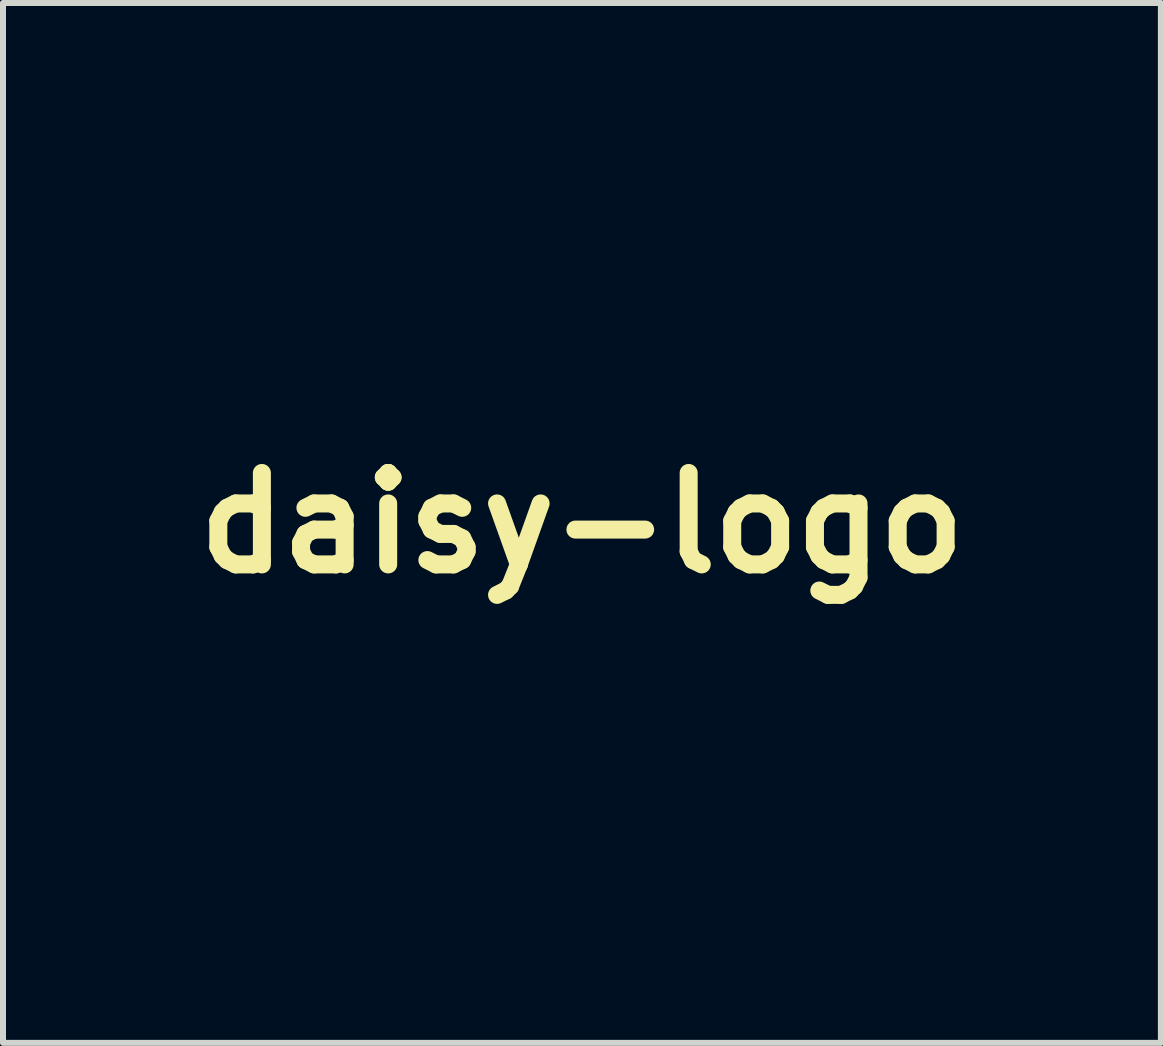
<source format=kicad_pcb>
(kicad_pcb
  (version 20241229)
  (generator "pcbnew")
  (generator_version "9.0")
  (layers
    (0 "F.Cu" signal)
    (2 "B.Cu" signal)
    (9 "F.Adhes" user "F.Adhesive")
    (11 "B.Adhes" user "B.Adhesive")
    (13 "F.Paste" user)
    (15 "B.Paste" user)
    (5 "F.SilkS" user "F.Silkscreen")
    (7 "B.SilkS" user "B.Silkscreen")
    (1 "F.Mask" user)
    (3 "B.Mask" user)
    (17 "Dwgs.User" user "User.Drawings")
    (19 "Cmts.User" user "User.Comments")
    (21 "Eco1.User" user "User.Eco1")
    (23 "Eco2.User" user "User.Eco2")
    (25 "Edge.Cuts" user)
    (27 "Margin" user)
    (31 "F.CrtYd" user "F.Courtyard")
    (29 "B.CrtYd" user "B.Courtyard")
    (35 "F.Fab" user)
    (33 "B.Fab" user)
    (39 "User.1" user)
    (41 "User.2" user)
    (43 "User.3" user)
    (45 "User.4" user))
  (footprint "daisy-logo"
    (layer "F.Cu")
    (at 6.648 5.666)
    (property "Reference" "daisy-logo" (at 0 0 0) (layer "F.SilkS") (effects (font (size 1.524 1.524) (thickness 0.3))))
    (attr through_hole)
    (fp_poly (pts (xy -0.214 -0.519) (xy -0.209 -0.49) (xy -0.22 -0.454) (xy -0.245 -0.438) (xy -0.272 -0.444) (xy -0.283 -0.461) (xy -0.287 -0.503) (xy -0.27 -0.534) (xy -0.24 -0.541) (xy -0.214 -0.519)) (stroke (width 0.01) (type solid)) (fill yes) (layer "F.Mask"))
    (fp_poly (pts (xy -0.214 0.46) (xy -0.209 0.49) (xy -0.22 0.525) (xy -0.245 0.542) (xy -0.272 0.535) (xy -0.283 0.518) (xy -0.287 0.476) (xy -0.27 0.446) (xy -0.24 0.439) (xy -0.214 0.46)) (stroke (width 0.01) (type solid)) (fill yes) (layer "F.Mask"))
    (fp_poly (pts (xy -0.212 -0.284) (xy -0.203 -0.261) (xy -0.211 -0.224) (xy -0.241 -0.209) (xy -0.271 -0.217) (xy -0.288 -0.244) (xy -0.282 -0.277) (xy -0.256 -0.298) (xy -0.245 -0.299) (xy -0.212 -0.284)) (stroke (width 0.01) (type solid)) (fill yes) (layer "F.Mask"))
    (fp_poly (pts (xy 0.276 -0.519) (xy 0.281 -0.49) (xy 0.27 -0.454) (xy 0.245 -0.438) (xy 0.218 -0.444) (xy 0.207 -0.461) (xy 0.203 -0.503) (xy 0.22 -0.534) (xy 0.249 -0.541) (xy 0.276 -0.519)) (stroke (width 0.01) (type solid)) (fill yes) (layer "F.Mask"))
    (fp_poly (pts (xy 0.276 0.46) (xy 0.281 0.49) (xy 0.27 0.525) (xy 0.245 0.542) (xy 0.218 0.535) (xy 0.207 0.518) (xy 0.203 0.476) (xy 0.22 0.446) (xy 0.249 0.439) (xy 0.276 0.46)) (stroke (width 0.01) (type solid)) (fill yes) (layer "F.Mask"))
    (fp_poly (pts (xy 0.278 -0.284) (xy 0.287 -0.261) (xy 0.278 -0.224) (xy 0.249 -0.209) (xy 0.219 -0.217) (xy 0.201 -0.244) (xy 0.208 -0.277) (xy 0.234 -0.298) (xy 0.245 -0.299) (xy 0.278 -0.284)) (stroke (width 0.01) (type solid)) (fill yes) (layer "F.Mask"))
    (fp_poly (pts (xy -0.477 -0.151) (xy -0.459 -0.14) (xy -0.443 -0.105) (xy -0.446 -0.085) (xy -0.472 -0.06) (xy -0.509 -0.055) (xy -0.532 -0.067) (xy -0.544 -0.1) (xy -0.534 -0.137) (xy -0.514 -0.153) (xy -0.477 -0.151)) (stroke (width 0.01) (type solid)) (fill yes) (layer "F.Mask"))
    (fp_poly (pts (xy -0.465 -0.376) (xy -0.449 -0.358) (xy -0.449 -0.32) (xy -0.473 -0.294) (xy -0.507 -0.288) (xy -0.532 -0.302) (xy -0.543 -0.329) (xy -0.544 -0.348) (xy -0.53 -0.372) (xy -0.498 -0.382) (xy -0.465 -0.376)) (stroke (width 0.01) (type solid)) (fill yes) (layer "F.Mask"))
    (fp_poly (pts (xy -0.456 0.105) (xy -0.445 0.14) (xy -0.449 0.159) (xy -0.471 0.178) (xy -0.505 0.179) (xy -0.533 0.162) (xy -0.537 0.155) (xy -0.538 0.116) (xy -0.509 0.093) (xy -0.491 0.091) (xy -0.456 0.105)) (stroke (width 0.01) (type solid)) (fill yes) (layer "F.Mask"))
    (fp_poly (pts (xy 0.027 -0.37) (xy 0.045 -0.341) (xy 0.045 -0.335) (xy 0.031 -0.305) (xy 0.00001 -0.292) (xy -0.033 -0.299) (xy -0.048 -0.317) (xy -0.048 -0.352) (xy -0.041 -0.366) (xy -0.007 -0.38) (xy 0.027 -0.37)) (stroke (width 0.01) (type solid)) (fill yes) (layer "F.Mask"))
    (fp_poly (pts (xy 0.027 0.102) (xy 0.045 0.131) (xy 0.045 0.136) (xy 0.031 0.166) (xy 0.00001 0.179) (xy -0.033 0.173) (xy -0.048 0.154) (xy -0.048 0.119) (xy -0.041 0.106) (xy -0.007 0.092) (xy 0.027 0.102)) (stroke (width 0.01) (type solid)) (fill yes) (layer "F.Mask"))
    (fp_poly (pts (xy 0.28 -0.048) (xy 0.288 -0.025) (xy 0.287 -0.014) (xy 0.27 0.02) (xy 0.24 0.035) (xy 0.212 0.025) (xy 0.201 -0.002) (xy 0.2 -0.021) (xy 0.212 -0.047) (xy 0.246 -0.054) (xy 0.28 -0.048)) (stroke (width 0.01) (type solid)) (fill yes) (layer "F.Mask"))
    (fp_poly (pts (xy 0.517 -0.37) (xy 0.535 -0.341) (xy 0.535 -0.335) (xy 0.521 -0.305) (xy 0.49 -0.292) (xy 0.457 -0.299) (xy 0.442 -0.317) (xy 0.441 -0.352) (xy 0.449 -0.366) (xy 0.483 -0.38) (xy 0.517 -0.37)) (stroke (width 0.01) (type solid)) (fill yes) (layer "F.Mask"))
    (fp_poly (pts (xy 0.517 0.102) (xy 0.535 0.131) (xy 0.535 0.136) (xy 0.521 0.166) (xy 0.49 0.179) (xy 0.457 0.173) (xy 0.442 0.154) (xy 0.441 0.119) (xy 0.449 0.106) (xy 0.483 0.092) (xy 0.517 0.102)) (stroke (width 0.01) (type solid)) (fill yes) (layer "F.Mask"))
    (fp_poly (pts (xy 0.526 -0.145) (xy 0.541 -0.114) (xy 0.541 -0.102) (xy 0.523 -0.07) (xy 0.49 -0.057) (xy 0.459 -0.066) (xy 0.446 -0.084) (xy 0.448 -0.122) (xy 0.459 -0.14) (xy 0.494 -0.156) (xy 0.526 -0.145)) (stroke (width 0.01) (type solid)) (fill yes) (layer "F.Mask"))
    (fp_poly (pts (xy -0.477 0.357) (xy -0.456 0.37) (xy -0.439 0.397) (xy -0.452 0.425) (xy -0.453 0.425) (xy -0.489 0.451) (xy -0.525 0.447) (xy -0.532 0.441) (xy -0.544 0.408) (xy -0.534 0.371) (xy -0.514 0.355) (xy -0.477 0.357)) (stroke (width 0.01) (type solid)) (fill yes) (layer "F.Mask"))
    (fp_poly (pts (xy -0.249 0.203) (xy -0.213 0.224) (xy -0.203 0.249) (xy -0.205 0.28) (xy -0.231 0.29) (xy -0.244 0.29) (xy -0.279 0.283) (xy -0.29 0.255) (xy -0.29 0.244) (xy -0.284 0.21) (xy -0.26 0.202) (xy -0.249 0.203)) (stroke (width 0.01) (type solid)) (fill yes) (layer "F.Mask"))
    (fp_poly (pts (xy -0.21 -0.049) (xy -0.202 -0.025) (xy -0.203 -0.014) (xy -0.224 0.023) (xy -0.249 0.033) (xy -0.28 0.031) (xy -0.29 0.005) (xy -0.29 -0.008) (xy -0.283 -0.043) (xy -0.255 -0.054) (xy -0.244 -0.054) (xy -0.21 -0.049)) (stroke (width 0.01) (type solid)) (fill yes) (layer "F.Mask"))
    (fp_poly (pts (xy 0.017 -0.154) (xy 0.03 -0.141) (xy 0.049 -0.104) (xy 0.04 -0.071) (xy 0.006 -0.055) (xy 0 -0.054) (xy -0.035 -0.067) (xy -0.048 -0.083) (xy -0.046 -0.117) (xy -0.03 -0.141) (xy -0.004 -0.161) (xy 0.017 -0.154)) (stroke (width 0.01) (type solid)) (fill yes) (layer "F.Mask"))
    (fp_poly (pts (xy 0.28 0.205) (xy 0.29 0.231) (xy 0.29 0.244) (xy 0.283 0.279) (xy 0.255 0.29) (xy 0.244 0.29) (xy 0.21 0.284) (xy 0.202 0.26) (xy 0.203 0.249) (xy 0.224 0.213) (xy 0.249 0.203) (xy 0.28 0.205)) (stroke (width 0.01) (type solid)) (fill yes) (layer "F.Mask"))
    (fp_poly (pts (xy 0.525 0.362) (xy 0.541 0.392) (xy 0.541 0.406) (xy 0.522 0.441) (xy 0.489 0.449) (xy 0.454 0.427) (xy 0.453 0.426) (xy 0.439 0.398) (xy 0.455 0.372) (xy 0.456 0.37) (xy 0.492 0.353) (xy 0.525 0.362)) (stroke (width 0.01) (type solid)) (fill yes) (layer "F.Mask"))
    (fp_poly (pts (xy 0.017 0.355) (xy 0.028 0.365) (xy 0.045 0.399) (xy 0.04 0.433) (xy 0.017 0.453) (xy 0.009 0.454) (xy -0.02 0.441) (xy -0.037 0.425) (xy -0.05 0.399) (xy -0.035 0.372) (xy -0.03 0.367) (xy -0.004 0.347) (xy 0.017 0.355)) (stroke (width 0.01) (type solid)) (fill yes) (layer "F.Mask"))
    (fp_poly (pts (xy 0.065 -5.643) (xy 0.139 -5.59) (xy 0.213 -5.506) (xy 0.285 -5.39) (xy 0.356 -5.245) (xy 0.424 -5.074) (xy 0.489 -4.877) (xy 0.55 -4.657) (xy 0.607 -4.415) (xy 0.657 -4.154) (xy 0.702 -3.874) (xy 0.717 -3.768) (xy 0.728 -3.68) (xy 0.834 -3.869) (xy 0.939 -4.05) (xy 1.054 -4.23) (xy 1.176 -4.406) (xy 1.3 -4.574) (xy 1.426 -4.731) (xy 1.548 -4.872) (xy 1.665 -4.995) (xy 1.773 -5.095) (xy 1.87 -5.169) (xy 1.926 -5.202) (xy 2.019 -5.235) (xy 2.105 -5.241) (xy 2.179 -5.221) (xy 2.201 -5.207) (xy 2.248 -5.148) (xy 2.284 -5.058) (xy 2.31 -4.939) (xy 2.324 -4.795) (xy 2.327 -4.627) (xy 2.319 -4.44) (xy 2.301 -4.235) (xy 2.272 -4.016) (xy 2.232 -3.786) (xy 2.181 -3.547) (xy 2.158 -3.453) (xy 2.133 -3.352) (xy 2.111 -3.263) (xy 2.092 -3.19) (xy 2.079 -3.142) (xy 2.074 -3.126) (xy 2.078 -3.118) (xy 2.106 -3.133) (xy 2.151 -3.168) (xy 2.315 -3.298) (xy 2.49 -3.424) (xy 2.67 -3.546) (xy 2.853 -3.659) (xy 3.034 -3.763) (xy 3.208 -3.855) (xy 3.374 -3.932) (xy 3.525 -3.994) (xy 3.659 -4.038) (xy 3.771 -4.061) (xy 3.821 -4.064) (xy 3.917 -4.052) (xy 3.988 -4.018) (xy 4.033 -3.959) (xy 4.054 -3.875) (xy 4.049 -3.766) (xy 4.019 -3.631) (xy 3.996 -3.556) (xy 3.929 -3.383) (xy 3.84 -3.192) (xy 3.732 -2.988) (xy 3.608 -2.779) (xy 3.473 -2.57) (xy 3.33 -2.368) (xy 3.241 -2.251) (xy 3.192 -2.189) (xy 3.154 -2.138) (xy 3.13 -2.104) (xy 3.125 -2.094) (xy 3.143 -2.097) (xy 3.188 -2.108) (xy 3.252 -2.125) (xy 3.284 -2.134) (xy 3.502 -2.192) (xy 3.723 -2.242) (xy 3.943 -2.283) (xy 4.157 -2.315) (xy 4.363 -2.337) (xy 4.555 -2.35) (xy 4.729 -2.352) (xy 4.882 -2.344) (xy 5.008 -2.325) (xy 5.105 -2.295) (xy 5.111 -2.292) (xy 5.17 -2.25) (xy 5.216 -2.193) (xy 5.241 -2.132) (xy 5.243 -2.112) (xy 5.228 -2.042) (xy 5.185 -1.954) (xy 5.115 -1.852) (xy 5.02 -1.739) (xy 4.927 -1.641) (xy 4.786 -1.51) (xy 4.62 -1.371) (xy 4.437 -1.229) (xy 4.244 -1.091) (xy 4.049 -0.961) (xy 3.862 -0.847) (xy 3.737 -0.779) (xy 3.656 -0.736) (xy 3.765 -0.721) (xy 4.06 -0.677) (xy 4.324 -0.631) (xy 4.559 -0.582) (xy 4.772 -0.529) (xy 4.965 -0.471) (xy 5.143 -0.407) (xy 5.297 -0.342) (xy 5.44 -0.269) (xy 5.547 -0.197) (xy 5.619 -0.124) (xy 5.656 -0.05) (xy 5.658 0.025) (xy 5.627 0.1) (xy 5.571 0.164) (xy 5.483 0.231) (xy 5.365 0.298) (xy 5.22 0.365) (xy 5.052 0.431) (xy 4.864 0.493) (xy 4.658 0.551) (xy 4.44 0.603) (xy 4.427 0.606) (xy 4.354 0.621) (xy 4.263 0.638) (xy 4.159 0.656) (xy 4.051 0.674) (xy 3.945 0.691) (xy 3.848 0.706) (xy 3.769 0.718) (xy 3.713 0.724) (xy 3.693 0.726) (xy 3.702 0.734) (xy 3.737 0.757) (xy 3.794 0.792) (xy 3.867 0.835) (xy 3.898 0.853) (xy 4.106 0.977) (xy 4.305 1.107) (xy 4.493 1.239) (xy 4.666 1.372) (xy 4.821 1.502) (xy 4.957 1.628) (xy 5.07 1.747) (xy 5.157 1.857) (xy 5.215 1.955) (xy 5.235 2.005) (xy 5.25 2.064) (xy 5.25 2.106) (xy 5.236 2.147) (xy 5.205 2.203) (xy 5.162 2.246) (xy 5.102 2.279) (xy 5.021 2.302) (xy 4.916 2.316) (xy 4.782 2.323) (xy 4.663 2.325) (xy 4.328 2.31) (xy 3.973 2.268) (xy 3.602 2.197) (xy 3.215 2.099) (xy 3.13 2.074) (xy 3.117 2.076) (xy 3.127 2.098) (xy 3.16 2.142) (xy 3.176 2.161) (xy 3.331 2.352) (xy 3.475 2.546) (xy 3.606 2.739) (xy 3.724 2.929) (xy 3.827 3.112) (xy 3.913 3.287) (xy 3.982 3.45) (xy 4.031 3.598) (xy 4.06 3.73) (xy 4.067 3.841) (xy 4.051 3.929) (xy 4.044 3.946) (xy 4.006 4.005) (xy 3.955 4.044) (xy 3.885 4.065) (xy 3.789 4.072) (xy 3.768 4.072) (xy 3.696 4.07) (xy 3.636 4.063) (xy 3.576 4.048) (xy 3.504 4.024) (xy 3.431 3.995) (xy 3.215 3.896) (xy 2.983 3.769) (xy 2.741 3.617) (xy 2.492 3.441) (xy 2.3 3.294) (xy 2.228 3.238) (xy 2.167 3.19) (xy 2.122 3.156) (xy 2.098 3.14) (xy 2.096 3.139) (xy 2.096 3.154) (xy 2.107 3.192) (xy 2.113 3.208) (xy 2.15 3.325) (xy 2.189 3.469) (xy 2.228 3.631) (xy 2.266 3.804) (xy 2.301 3.978) (xy 2.33 4.146) (xy 2.352 4.298) (xy 2.36 4.363) (xy 2.37 4.502) (xy 2.373 4.644) (xy 2.368 4.781) (xy 2.356 4.903) (xy 2.337 5.001) (xy 2.333 5.016) (xy 2.306 5.084) (xy 2.269 5.148) (xy 2.254 5.168) (xy 2.189 5.221) (xy 2.108 5.242) (xy 2.013 5.234) (xy 1.909 5.196) (xy 1.797 5.129) (xy 1.72 5.068) (xy 1.591 4.944) (xy 1.453 4.791) (xy 1.312 4.612) (xy 1.169 4.412) (xy 1.03 4.197) (xy 0.896 3.97) (xy 0.827 3.844) (xy 0.733 3.667) (xy 0.701 3.934) (xy 0.666 4.187) (xy 0.623 4.429) (xy 0.572 4.659) (xy 0.515 4.871) (xy 0.453 5.065) (xy 0.387 5.235) (xy 0.318 5.381) (xy 0.246 5.498) (xy 0.174 5.584) (xy 0.122 5.625) (xy 0.045 5.653) (xy -0.042 5.657) (xy -0.103 5.642) (xy -0.159 5.606) (xy -0.222 5.543) (xy -0.285 5.461) (xy -0.344 5.365) (xy -0.362 5.331) (xy -0.435 5.164) (xy -0.503 4.967) (xy -0.565 4.744) (xy -0.62 4.5) (xy -0.666 4.242) (xy -0.698 4.01) (xy -0.709 3.916) (xy -0.719 3.834) (xy -0.727 3.77) (xy -0.731 3.732) (xy -0.732 3.728) (xy -0.74 3.719) (xy -0.759 3.741) (xy -0.79 3.796) (xy -0.792 3.801) (xy -0.93 4.049) (xy -1.084 4.294) (xy -1.247 4.526) (xy -1.414 4.739) (xy -1.58 4.925) (xy -1.586 4.932) (xy -1.705 5.047) (xy -1.809 5.135) (xy -1.901 5.196) (xy -1.986 5.235) (xy -2.01 5.242) (xy -2.065 5.253) (xy -2.111 5.249) (xy -2.166 5.228) (xy -2.238 5.176) (xy -2.295 5.093) (xy -2.337 4.98) (xy -2.363 4.838) (xy -2.373 4.67) (xy -2.068 4.67) (xy -2.063 4.806) (xy -2.06 4.832) (xy -2.052 4.889) (xy -2.044 4.917) (xy -2.03 4.923) (xy -2.008 4.914) (xy -1.978 4.892) (xy -1.931 4.851) (xy -1.875 4.798) (xy -1.848 4.771) (xy -1.682 4.588) (xy -1.513 4.373) (xy -1.379 4.182) (xy -1.159 3.832) (xy -0.972 3.486) (xy -0.824 3.158) (xy -0.435 3.158) (xy -0.434 3.253) (xy -0.431 3.377) (xy -0.43 3.42) (xy -0.418 3.711) (xy -0.395 3.977) (xy -0.362 4.229) (xy -0.315 4.476) (xy -0.254 4.73) (xy -0.243 4.77) (xy -0.206 4.896) (xy -0.164 5.02) (xy -0.119 5.134) (xy -0.077 5.228) (xy -0.05 5.278) (xy -0.012 5.339) (xy 0.02 5.3) (xy 0.04 5.267) (xy 0.068 5.209) (xy 0.1 5.135) (xy 0.127 5.069) (xy 0.212 4.822) (xy 0.285 4.547) (xy 0.345 4.253) (xy 0.391 3.947) (xy 0.422 3.637) (xy 0.435 3.331) (xy 0.435 3.258) (xy 0.435 3.144) (xy 0.433 3.059) (xy 0.429 2.993) (xy 0.421 2.94) (xy 0.409 2.891) (xy 0.392 2.837) (xy 0.389 2.829) (xy 0.351 2.704) (xy 0.311 2.559) (xy 0.272 2.4) (xy 0.235 2.233) (xy 0.201 2.066) (xy 0.172 1.906) (xy 0.149 1.758) (xy 0.134 1.631) (xy 0.127 1.531) (xy 0.127 1.518) (xy 0.12 1.456) (xy 0.101 1.378) (xy 0.075 1.297) (xy 0.046 1.226) (xy 0.416 1.226) (xy 0.419 1.329) (xy 0.426 1.448) (xy 0.438 1.577) (xy 0.452 1.711) (xy 0.47 1.846) (xy 0.491 1.976) (xy 0.491 1.978) (xy 0.562 2.32) (xy 0.65 2.647) (xy 0.761 2.969) (xy 0.896 3.295) (xy 0.98 3.474) (xy 1.082 3.675) (xy 1.195 3.876) (xy 1.315 4.073) (xy 1.438 4.261) (xy 1.562 4.435) (xy 1.684 4.59) (xy 1.799 4.723) (xy 1.906 4.828) (xy 1.939 4.856) (xy 1.991 4.898) (xy 2.023 4.92) (xy 2.039 4.923) (xy 2.048 4.911) (xy 2.053 4.896) (xy 2.058 4.858) (xy 2.063 4.796) (xy 2.066 4.721) (xy 2.066 4.699) (xy 2.06 4.5) (xy 2.038 4.277) (xy 2.001 4.035) (xy 1.95 3.783) (xy 1.888 3.528) (xy 1.816 3.275) (xy 1.735 3.033) (xy 1.7 2.938) (xy 1.559 2.612) (xy 1.39 2.284) (xy 1.198 1.963) (xy 0.989 1.66) (xy 0.81 1.433) (xy 0.733 1.343) (xy 0.656 1.26) (xy 0.585 1.186) (xy 0.523 1.126) (xy 0.474 1.083) (xy 0.443 1.063) (xy 0.434 1.062) (xy 0.423 1.088) (xy 0.417 1.144) (xy 0.416 1.226) (xy 0.046 1.226) (xy 0.045 1.225) (xy 0.016 1.172) (xy 0.007 1.162) (xy -0.008 1.153) (xy -0.023 1.163) (xy -0.044 1.197) (xy -0.065 1.244) (xy -0.095 1.323) (xy -0.115 1.412) (xy -0.128 1.525) (xy -0.129 1.533) (xy -0.157 1.784) (xy -0.2 2.053) (xy -0.254 2.327) (xy -0.318 2.594) (xy -0.389 2.841) (xy -0.391 2.848) (xy -0.407 2.898) (xy -0.419 2.941) (xy -0.427 2.982) (xy -0.432 3.028) (xy -0.435 3.085) (xy -0.435 3.158) (xy -0.824 3.158) (xy -0.815 3.138) (xy -0.686 2.783) (xy -0.583 2.416) (xy -0.503 2.031) (xy -0.499 2.005) (xy -0.478 1.872) (xy -0.46 1.729) (xy -0.446 1.584) (xy -0.434 1.445) (xy -0.427 1.319) (xy -0.425 1.213) (xy -0.429 1.135) (xy -0.429 1.128) (xy -0.441 1.031) (xy -0.557 1.146) (xy -0.766 1.37) (xy -0.968 1.625) (xy -1.161 1.906) (xy -1.341 2.207) (xy -1.506 2.524) (xy -1.652 2.85) (xy -1.777 3.181) (xy -1.804 3.264) (xy -1.868 3.476) (xy -1.924 3.693) (xy -1.972 3.91) (xy -2.011 4.121) (xy -2.041 4.322) (xy -2.06 4.507) (xy -2.068 4.67) (xy -2.373 4.67) (xy -2.373 4.668) (xy -2.367 4.472) (xy -2.345 4.252) (xy -2.322 4.102) (xy -2.297 3.963) (xy -2.262 3.801) (xy -2.222 3.63) (xy -2.179 3.463) (xy -2.137 3.313) (xy -2.123 3.266) (xy -2.105 3.204) (xy -2.092 3.157) (xy -2.087 3.135) (xy -2.1 3.14) (xy -2.136 3.165) (xy -2.19 3.205) (xy -2.257 3.256) (xy -2.272 3.268) (xy -2.493 3.433) (xy -2.712 3.584) (xy -2.928 3.72) (xy -3.136 3.837) (xy -3.331 3.933) (xy -3.511 4.006) (xy -3.67 4.055) (xy -3.676 4.056) (xy -3.801 4.073) (xy -3.904 4.062) (xy -3.983 4.024) (xy -4.039 3.961) (xy -4.071 3.873) (xy -4.078 3.763) (xy -4.076 3.746) (xy -3.776 3.746) (xy -3.771 3.772) (xy -3.765 3.774) (xy -3.745 3.768) (xy -3.7 3.752) (xy -3.637 3.73) (xy -3.611 3.72) (xy -3.415 3.638) (xy -3.203 3.529) (xy -2.981 3.397) (xy -2.754 3.246) (xy -2.525 3.078) (xy -2.302 2.897) (xy -2.087 2.707) (xy -2.027 2.65) (xy -1.947 2.572) (xy -1.887 2.51) (xy -1.839 2.454) (xy -1.797 2.395) (xy -1.755 2.325) (xy -1.704 2.234) (xy -1.687 2.203) (xy -1.585 2.022) (xy -1.474 1.839) (xy -1.358 1.659) (xy -1.243 1.49) (xy -1.131 1.338) (xy -1.027 1.208) (xy -0.974 1.148) (xy -0.943 1.107) (xy -0.909 1.05) (xy -0.874 0.984) (xy -0.842 0.918) (xy -0.819 0.859) (xy -0.807 0.817) (xy -0.808 0.801) (xy -0.827 0.803) (xy -0.871 0.816) (xy -0.927 0.835) (xy -1.013 0.876) (xy -1.111 0.941) (xy -1.21 1.019) (xy -1.536 1.27) (xy -1.891 1.508) (xy -2.27 1.729) (xy -2.289 1.74) (xy -2.361 1.78) (xy -2.422 1.818) (xy -2.478 1.861) (xy -2.538 1.914) (xy -2.609 1.984) (xy -2.673 2.05) (xy -2.872 2.267) (xy -3.064 2.498) (xy -3.243 2.734) (xy -3.404 2.969) (xy -3.542 3.196) (xy -3.609 3.318) (xy -3.663 3.429) (xy -3.708 3.531) (xy -3.743 3.622) (xy -3.766 3.695) (xy -3.776 3.746) (xy -4.076 3.746) (xy -4.06 3.63) (xy -4.015 3.476) (xy -4.011 3.466) (xy -3.941 3.299) (xy -3.846 3.113) (xy -3.731 2.915) (xy -3.598 2.709) (xy -3.452 2.502) (xy -3.303 2.309) (xy -3.246 2.237) (xy -3.201 2.176) (xy -3.17 2.131) (xy -3.157 2.107) (xy -3.157 2.105) (xy -3.182 2.109) (xy -3.233 2.123) (xy -3.302 2.142) (xy -3.357 2.158) (xy -3.562 2.214) (xy -3.773 2.263) (xy -3.987 2.303) (xy -4.197 2.336) (xy -4.397 2.358) (xy -4.581 2.371) (xy -4.744 2.373) (xy -4.879 2.363) (xy -4.898 2.36) (xy -5.031 2.328) (xy -5.133 2.28) (xy -5.204 2.217) (xy -5.243 2.139) (xy -5.25 2.049) (xy -5.244 2.027) (xy -4.923 2.027) (xy -4.923 2.042) (xy -4.906 2.05) (xy -4.896 2.053) (xy -4.843 2.061) (xy -4.761 2.065) (xy -4.66 2.066) (xy -4.548 2.063) (xy -4.432 2.056) (xy -4.32 2.046) (xy -4.271 2.04) (xy -3.828 1.965) (xy -3.396 1.855) (xy -2.976 1.713) (xy -2.571 1.539) (xy -2.182 1.333) (xy -1.811 1.098) (xy -1.508 0.871) (xy -1.421 0.798) (xy -1.335 0.722) (xy -1.254 0.647) (xy -1.182 0.577) (xy -1.124 0.516) (xy -1.083 0.468) (xy -1.065 0.438) (xy -1.064 0.43) (xy -1.087 0.423) (xy -1.141 0.419) (xy -1.218 0.419) (xy -1.315 0.422) (xy -1.424 0.428) (xy -1.541 0.436) (xy -1.658 0.447) (xy -1.771 0.46) (xy -1.855 0.472) (xy -2.267 0.55) (xy -2.669 0.658) (xy -3.063 0.798) (xy -3.455 0.97) (xy -3.846 1.176) (xy -4.079 1.314) (xy -4.223 1.408) (xy -4.367 1.51) (xy -4.506 1.615) (xy -4.633 1.72) (xy -4.744 1.82) (xy -4.832 1.909) (xy -4.867 1.95) (xy -4.906 1.999) (xy -4.923 2.027) (xy -5.244 2.027) (xy -5.222 1.947) (xy -5.21 1.921) (xy -5.147 1.818) (xy -5.054 1.704) (xy -4.934 1.582) (xy -4.789 1.454) (xy -4.624 1.323) (xy -4.442 1.19) (xy -4.245 1.06) (xy -4.037 0.934) (xy -3.845 0.827) (xy -3.667 0.733) (xy -3.934 0.702) (xy -4.183 0.667) (xy -4.423 0.624) (xy -4.65 0.575) (xy -4.861 0.518) (xy -5.054 0.457) (xy -5.225 0.392) (xy -5.371 0.323) (xy -5.49 0.253) (xy -5.578 0.181) (xy -5.633 0.109) (xy -5.634 0.108) (xy -5.66 0.022) (xy -5.657 -0.009) (xy -5.325 -0.009) (xy -5.308 0.013) (xy -5.261 0.043) (xy -5.189 0.079) (xy -5.095 0.118) (xy -4.985 0.159) (xy -4.926 0.179) (xy -4.635 0.263) (xy -4.323 0.333) (xy -3.999 0.388) (xy -3.676 0.425) (xy -3.548 0.434) (xy -3.367 0.442) (xy -3.215 0.443) (xy -3.085 0.437) (xy -2.97 0.422) (xy -2.863 0.398) (xy -2.803 0.38) (xy -2.651 0.335) (xy -2.484 0.291) (xy -2.308 0.25) (xy -2.129 0.212) (xy -1.956 0.18) (xy -1.828 0.16) (xy -0.856 0.16) (xy -0.8 0.192) (xy -0.739 0.246) (xy -0.705 0.316) (xy -0.701 0.391) (xy -0.705 0.407) (xy -0.714 0.445) (xy -0.707 0.466) (xy -0.677 0.479) (xy -0.645 0.488) (xy -0.568 0.519) (xy -0.52 0.569) (xy -0.496 0.643) (xy -0.495 0.649) (xy -0.486 0.72) (xy -0.414 0.7) (xy -0.338 0.694) (xy -0.272 0.721) (xy -0.215 0.783) (xy -0.209 0.792) (xy -0.172 0.847) (xy -0.109 0.805) (xy -0.06 0.777) (xy -0.016 0.763) (xy -0.007 0.762) (xy 0.031 0.772) (xy 0.081 0.797) (xy 0.097 0.807) (xy 0.163 0.851) (xy 0.181 0.817) (xy 0.798 0.817) (xy 0.809 0.868) (xy 0.839 0.939) (xy 0.884 1.021) (xy 0.939 1.107) (xy 1 1.189) (xy 1.012 1.204) (xy 1.297 1.571) (xy 1.555 1.963) (xy 1.713 2.239) (xy 1.761 2.327) (xy 1.802 2.396) (xy 1.842 2.454) (xy 1.887 2.508) (xy 1.944 2.569) (xy 2.018 2.642) (xy 2.05 2.673) (xy 2.356 2.949) (xy 2.671 3.198) (xy 2.897 3.356) (xy 3.042 3.449) (xy 3.187 3.535) (xy 3.325 3.611) (xy 3.453 3.675) (xy 3.565 3.725) (xy 3.658 3.758) (xy 3.727 3.772) (xy 3.733 3.772) (xy 3.762 3.769) (xy 3.767 3.748) (xy 3.762 3.724) (xy 3.732 3.63) (xy 3.684 3.513) (xy 3.62 3.379) (xy 3.546 3.235) (xy 3.462 3.087) (xy 3.437 3.045) (xy 3.206 2.695) (xy 2.942 2.353) (xy 2.647 2.024) (xy 2.622 1.998) (xy 2.542 1.917) (xy 2.477 1.857) (xy 2.419 1.811) (xy 2.36 1.772) (xy 2.291 1.735) (xy 2.284 1.732) (xy 1.975 1.565) (xy 1.674 1.38) (xy 1.39 1.184) (xy 1.132 0.982) (xy 1.107 0.961) (xy 1.055 0.922) (xy 0.994 0.884) (xy 0.93 0.851) (xy 0.872 0.825) (xy 0.827 0.811) (xy 0.801 0.811) (xy 0.798 0.817) (xy 0.181 0.817) (xy 0.191 0.798) (xy 0.237 0.741) (xy 0.301 0.704) (xy 0.371 0.691) (xy 0.435 0.707) (xy 0.457 0.714) (xy 0.471 0.698) (xy 0.48 0.659) (xy 0.506 0.591) (xy 0.552 0.534) (xy 0.609 0.498) (xy 0.651 0.49) (xy 0.687 0.487) (xy 0.699 0.472) (xy 0.696 0.433) (xy 0.695 0.427) (xy 0.695 0.419) (xy 1.016 0.419) (xy 1.029 0.443) (xy 1.064 0.486) (xy 1.117 0.542) (xy 1.183 0.608) (xy 1.256 0.678) (xy 1.333 0.747) (xy 1.407 0.811) (xy 1.434 0.833) (xy 1.775 1.085) (xy 2.14 1.311) (xy 2.524 1.509) (xy 2.923 1.678) (xy 3.334 1.815) (xy 3.753 1.92) (xy 3.955 1.958) (xy 4.114 1.982) (xy 4.272 2.002) (xy 4.423 2.016) (xy 4.562 2.026) (xy 4.684 2.03) (xy 4.782 2.027) (xy 4.851 2.019) (xy 4.859 2.016) (xy 4.877 2.01) (xy 4.881 1.998) (xy 4.869 1.977) (xy 4.839 1.942) (xy 4.786 1.888) (xy 4.769 1.87) (xy 4.577 1.692) (xy 4.356 1.514) (xy 4.112 1.34) (xy 3.851 1.175) (xy 3.581 1.023) (xy 3.386 0.925) (xy 3.102 0.8) (xy 2.797 0.687) (xy 2.482 0.587) (xy 2.166 0.504) (xy 1.857 0.441) (xy 1.575 0.4) (xy 1.453 0.389) (xy 1.336 0.384) (xy 1.23 0.383) (xy 1.14 0.386) (xy 1.071 0.394) (xy 1.028 0.406) (xy 1.016 0.419) (xy 0.695 0.419) (xy 0.693 0.344) (xy 0.719 0.271) (xy 0.762 0.211) (xy 0.795 0.171) (xy 0.806 0.144) (xy 0.799 0.116) (xy 0.789 0.097) (xy 0.765 0.029) (xy 0.768 -0.014) (xy 1.082 -0.014) (xy 1.126 0.02) (xy 1.149 0.037) (xy 1.173 0.05) (xy 1.203 0.059) (xy 1.245 0.067) (xy 1.307 0.074) (xy 1.393 0.082) (xy 1.491 0.09) (xy 1.822 0.129) (xy 2.168 0.193) (xy 2.522 0.281) (xy 2.812 0.369) (xy 2.903 0.399) (xy 2.975 0.421) (xy 3.038 0.436) (xy 3.099 0.445) (xy 3.165 0.449) (xy 3.244 0.448) (xy 3.343 0.443) (xy 3.472 0.435) (xy 3.879 0.396) (xy 4.272 0.331) (xy 4.646 0.241) (xy 4.997 0.128) (xy 5.054 0.107) (xy 5.155 0.067) (xy 5.225 0.037) (xy 5.264 0.015) (xy 5.277 -0.005) (xy 5.264 -0.023) (xy 5.228 -0.044) (xy 5.177 -0.067) (xy 4.954 -0.155) (xy 4.703 -0.234) (xy 4.431 -0.302) (xy 4.146 -0.357) (xy 3.854 -0.399) (xy 3.564 -0.425) (xy 3.283 -0.435) (xy 3.265 -0.435) (xy 3.152 -0.435) (xy 3.067 -0.433) (xy 3.002 -0.43) (xy 2.948 -0.422) (xy 2.899 -0.411) (xy 2.844 -0.394) (xy 2.802 -0.38) (xy 2.507 -0.291) (xy 2.191 -0.215) (xy 1.866 -0.155) (xy 1.545 -0.113) (xy 1.476 -0.107) (xy 1.353 -0.095) (xy 1.262 -0.082) (xy 1.195 -0.066) (xy 1.153 -0.05) (xy 1.082 -0.014) (xy 0.768 -0.014) (xy 0.769 -0.041) (xy 0.789 -0.103) (xy 0.806 -0.147) (xy 0.805 -0.171) (xy 0.787 -0.19) (xy 0.78 -0.194) (xy 0.73 -0.249) (xy 0.698 -0.326) (xy 0.689 -0.397) (xy 0.687 -0.426) (xy 0.993 -0.426) (xy 1.045 -0.415) (xy 1.119 -0.405) (xy 1.221 -0.402) (xy 1.342 -0.404) (xy 1.477 -0.412) (xy 1.616 -0.426) (xy 1.617 -0.426) (xy 2.019 -0.489) (xy 2.418 -0.583) (xy 2.811 -0.706) (xy 3.193 -0.856) (xy 3.561 -1.033) (xy 3.91 -1.232) (xy 4.238 -1.454) (xy 4.54 -1.697) (xy 4.694 -1.839) (xy 4.761 -1.905) (xy 4.817 -1.962) (xy 4.858 -2.006) (xy 4.879 -2.031) (xy 4.88 -2.035) (xy 4.863 -2.043) (xy 4.816 -2.048) (xy 4.745 -2.05) (xy 4.656 -2.049) (xy 4.555 -2.046) (xy 4.448 -2.04) (xy 4.341 -2.031) (xy 4.255 -2.023) (xy 3.821 -1.954) (xy 3.396 -1.852) (xy 2.978 -1.714) (xy 2.565 -1.542) (xy 2.158 -1.334) (xy 1.996 -1.24) (xy 1.815 -1.128) (xy 1.642 -1.012) (xy 1.48 -0.894) (xy 1.334 -0.779) (xy 1.21 -0.67) (xy 1.111 -0.571) (xy 1.069 -0.522) (xy 0.993 -0.426) (xy 0.687 -0.426) (xy 0.686 -0.445) (xy 0.671 -0.47) (xy 0.633 -0.487) (xy 0.629 -0.489) (xy 0.55 -0.533) (xy 0.494 -0.604) (xy 0.477 -0.644) (xy 0.461 -0.68) (xy 0.436 -0.693) (xy 0.394 -0.692) (xy 0.322 -0.697) (xy 0.255 -0.728) (xy 0.197 -0.775) (xy 0.172 -0.796) (xy 0.762 -0.796) (xy 0.777 -0.782) (xy 0.818 -0.785) (xy 0.864 -0.799) (xy 0.899 -0.819) (xy 0.952 -0.857) (xy 1.014 -0.907) (xy 1.051 -0.938) (xy 1.279 -1.124) (xy 1.537 -1.308) (xy 1.816 -1.486) (xy 2.11 -1.652) (xy 2.232 -1.715) (xy 2.328 -1.764) (xy 2.4 -1.805) (xy 2.459 -1.845) (xy 2.513 -1.89) (xy 2.573 -1.948) (xy 2.614 -1.989) (xy 2.872 -2.278) (xy 3.114 -2.587) (xy 3.333 -2.91) (xy 3.522 -3.238) (xy 3.571 -3.333) (xy 3.611 -3.415) (xy 3.65 -3.502) (xy 3.685 -3.585) (xy 3.713 -3.657) (xy 3.732 -3.71) (xy 3.737 -3.736) (xy 3.722 -3.741) (xy 3.679 -3.731) (xy 3.612 -3.707) (xy 3.526 -3.671) (xy 3.425 -3.624) (xy 3.312 -3.569) (xy 3.266 -3.545) (xy 2.959 -3.37) (xy 2.654 -3.168) (xy 2.36 -2.944) (xy 2.086 -2.707) (xy 2.009 -2.634) (xy 1.932 -2.557) (xy 1.873 -2.496) (xy 1.828 -2.44) (xy 1.787 -2.381) (xy 1.745 -2.309) (xy 1.695 -2.216) (xy 1.687 -2.199) (xy 1.516 -1.892) (xy 1.334 -1.603) (xy 1.146 -1.339) (xy 0.956 -1.105) (xy 0.949 -1.097) (xy 0.858 -0.987) (xy 0.797 -0.896) (xy 0.766 -0.825) (xy 0.762 -0.796) (xy 0.172 -0.796) (xy 0.163 -0.803) (xy 0.136 -0.809) (xy 0.1 -0.794) (xy 0.094 -0.791) (xy 0.022 -0.766) (xy -0.048 -0.77) (xy -0.113 -0.796) (xy -0.155 -0.816) (xy -0.177 -0.819) (xy -0.192 -0.803) (xy -0.199 -0.79) (xy -0.246 -0.738) (xy -0.315 -0.702) (xy -0.395 -0.689) (xy -0.441 -0.686) (xy -0.468 -0.671) (xy -0.488 -0.633) (xy -0.494 -0.618) (xy -0.531 -0.558) (xy -0.585 -0.508) (xy -0.644 -0.477) (xy -0.677 -0.472) (xy -0.698 -0.466) (xy -0.702 -0.441) (xy -0.698 -0.411) (xy -0.697 -0.364) (xy -0.707 -0.31) (xy -0.723 -0.259) (xy -0.743 -0.225) (xy -0.757 -0.217) (xy -0.781 -0.207) (xy -0.803 -0.192) (xy -0.822 -0.174) (xy -0.824 -0.155) (xy -0.808 -0.121) (xy -0.797 -0.101) (xy -0.769 -0.024) (xy -0.776 0.052) (xy -0.818 0.12) (xy -0.856 0.16) (xy -1.828 0.16) (xy -1.795 0.154) (xy -1.652 0.136) (xy -1.534 0.128) (xy -1.501 0.127) (xy -1.455 0.121) (xy -1.393 0.106) (xy -1.323 0.084) (xy -1.254 0.059) (xy -1.196 0.034) (xy -1.156 0.012) (xy -1.143 -0.002) (xy -1.16 -0.025) (xy -1.206 -0.051) (xy -1.273 -0.076) (xy -1.356 -0.099) (xy -1.446 -0.118) (xy -1.533 -0.129) (xy -1.974 -0.183) (xy -2.399 -0.266) (xy -2.749 -0.36) (xy -2.966 -0.426) (xy -3.375 -0.425) (xy -3.707 -0.417) (xy -4.017 -0.391) (xy -4.316 -0.347) (xy -4.614 -0.284) (xy -4.862 -0.217) (xy -4.954 -0.188) (xy -5.047 -0.153) (xy -5.136 -0.117) (xy -5.215 -0.081) (xy -5.276 -0.049) (xy -5.315 -0.023) (xy -5.325 -0.009) (xy -5.657 -0.009) (xy -5.651 -0.066) (xy -5.609 -0.152) (xy -5.534 -0.233) (xy -5.508 -0.254) (xy -5.388 -0.332) (xy -5.247 -0.403) (xy -5.083 -0.468) (xy -4.892 -0.527) (xy -4.675 -0.581) (xy -4.427 -0.631) (xy -4.147 -0.676) (xy -3.834 -0.718) (xy -3.812 -0.721) (xy -3.695 -0.735) (xy -3.888 -0.84) (xy -4.086 -0.953) (xy -4.279 -1.075) (xy -4.466 -1.204) (xy -4.641 -1.335) (xy -4.802 -1.465) (xy -4.943 -1.593) (xy -5.061 -1.713) (xy -5.152 -1.824) (xy -5.189 -1.88) (xy -5.238 -1.986) (xy -5.246 -2.041) (xy -4.94 -2.041) (xy -4.865 -1.947) (xy -4.787 -1.859) (xy -4.68 -1.759) (xy -4.551 -1.649) (xy -4.404 -1.535) (xy -4.244 -1.419) (xy -4.076 -1.306) (xy -4.012 -1.266) (xy -3.64 -1.051) (xy -3.26 -0.867) (xy -2.877 -0.717) (xy -2.685 -0.654) (xy -2.458 -0.591) (xy -2.233 -0.538) (xy -1.999 -0.494) (xy -1.747 -0.458) (xy -1.488 -0.429) (xy -1.414 -0.424) (xy -1.33 -0.422) (xy -1.244 -0.422) (xy -1.167 -0.425) (xy -1.109 -0.429) (xy -1.079 -0.435) (xy -1.067 -0.444) (xy -1.067 -0.458) (xy -1.082 -0.482) (xy -1.116 -0.519) (xy -1.171 -0.575) (xy -1.209 -0.612) (xy -1.45 -0.827) (xy -1.721 -1.033) (xy -2.018 -1.228) (xy -2.335 -1.408) (xy -2.667 -1.57) (xy -3.009 -1.713) (xy -3.355 -1.832) (xy -3.511 -1.878) (xy -3.721 -1.931) (xy -3.93 -1.977) (xy -4.134 -2.014) (xy -4.326 -2.042) (xy -4.503 -2.06) (xy -4.66 -2.068) (xy -4.792 -2.065) (xy -4.887 -2.053) (xy -4.94 -2.041) (xy -5.246 -2.041) (xy -5.253 -2.082) (xy -5.234 -2.168) (xy -5.183 -2.241) (xy -5.098 -2.3) (xy -5.093 -2.302) (xy -4.986 -2.339) (xy -4.85 -2.361) (xy -4.686 -2.37) (xy -4.5 -2.364) (xy -4.294 -2.345) (xy -4.071 -2.314) (xy -3.836 -2.269) (xy -3.59 -2.212) (xy -3.357 -2.148) (xy -3.274 -2.124) (xy -3.205 -2.104) (xy -3.155 -2.091) (xy -3.133 -2.086) (xy -3.136 -2.099) (xy -3.158 -2.133) (xy -3.194 -2.181) (xy -3.201 -2.191) (xy -3.344 -2.376) (xy -3.478 -2.564) (xy -3.601 -2.752) (xy -3.713 -2.937) (xy -3.812 -3.117) (xy -3.896 -3.288) (xy -3.965 -3.448) (xy -4.017 -3.594) (xy -4.051 -3.722) (xy -3.742 -3.722) (xy -3.731 -3.679) (xy -3.707 -3.612) (xy -3.671 -3.526) (xy -3.625 -3.425) (xy -3.57 -3.314) (xy -3.557 -3.288) (xy -3.4 -3.007) (xy -3.215 -2.722) (xy -3.009 -2.442) (xy -2.787 -2.176) (xy -2.639 -2.016) (xy -2.564 -1.939) (xy -2.504 -1.881) (xy -2.448 -1.834) (xy -2.39 -1.793) (xy -2.319 -1.75) (xy -2.228 -1.699) (xy -2.191 -1.678) (xy -1.975 -1.556) (xy -1.762 -1.424) (xy -1.56 -1.289) (xy -1.373 -1.153) (xy -1.209 -1.022) (xy -1.079 -0.906) (xy -0.983 -0.831) (xy -0.898 -0.792) (xy -0.836 -0.774) (xy -0.801 -0.766) (xy -0.785 -0.768) (xy -0.78 -0.779) (xy -0.78 -0.787) (xy -0.796 -0.859) (xy -0.841 -0.942) (xy -0.912 -1.03) (xy -0.915 -1.034) (xy -1.066 -1.207) (xy -1.221 -1.41) (xy -1.376 -1.638) (xy -1.528 -1.886) (xy -1.673 -2.147) (xy -1.719 -2.236) (xy -1.769 -2.331) (xy -1.809 -2.403) (xy -1.848 -2.461) (xy -1.893 -2.515) (xy -1.949 -2.574) (xy -2.015 -2.638) (xy -2.308 -2.898) (xy -2.623 -3.141) (xy -2.954 -3.36) (xy -3.291 -3.55) (xy -3.327 -3.568) (xy -3.414 -3.611) (xy -3.505 -3.652) (xy -3.59 -3.688) (xy -3.662 -3.716) (xy -3.715 -3.733) (xy -3.738 -3.737) (xy -3.742 -3.722) (xy -4.051 -3.722) (xy -4.051 -3.722) (xy -4.065 -3.831) (xy -4.058 -3.917) (xy -4.036 -3.969) (xy -3.985 -4.021) (xy -3.917 -4.051) (xy -3.832 -4.06) (xy -3.726 -4.048) (xy -3.599 -4.013) (xy -3.448 -3.956) (xy -3.271 -3.876) (xy -3.191 -3.837) (xy -2.964 -3.717) (xy -2.745 -3.587) (xy -2.525 -3.443) (xy -2.298 -3.28) (xy -2.11 -3.135) (xy -2.102 -3.14) (xy -2.108 -3.177) (xy -2.124 -3.242) (xy -2.187 -3.475) (xy -2.241 -3.709) (xy -2.285 -3.941) (xy -2.319 -4.165) (xy -2.342 -4.378) (xy -2.354 -4.575) (xy -2.355 -4.745) (xy -2.05 -4.745) (xy -2.049 -4.656) (xy -2.046 -4.555) (xy -2.04 -4.447) (xy -2.031 -4.34) (xy -2.023 -4.256) (xy -1.955 -3.825) (xy -1.855 -3.406) (xy -1.72 -2.994) (xy -1.551 -2.587) (xy -1.433 -2.346) (xy -1.317 -2.132) (xy -1.194 -1.923) (xy -1.068 -1.725) (xy -0.941 -1.543) (xy -0.817 -1.379) (xy -0.697 -1.238) (xy -0.586 -1.124) (xy -0.52 -1.067) (xy -0.427 -0.993) (xy -0.412 -1.073) (xy -0.407 -1.124) (xy -0.404 -1.199) (xy -0.405 -1.289) (xy -0.408 -1.361) (xy -0.439 -1.695) (xy -0.497 -2.043) (xy -0.579 -2.395) (xy -0.683 -2.745) (xy -0.807 -3.084) (xy -0.886 -3.261) (xy -0.435 -3.261) (xy -0.435 -3.149) (xy -0.433 -3.065) (xy -0.429 -3) (xy -0.421 -2.944) (xy -0.408 -2.89) (xy -0.39 -2.827) (xy -0.379 -2.796) (xy -0.272 -2.425) (xy -0.188 -2.054) (xy -0.129 -1.692) (xy -0.106 -1.47) (xy -0.093 -1.342) (xy -0.078 -1.246) (xy -0.061 -1.18) (xy -0.051 -1.157) (xy -0.029 -1.115) (xy -0.012 -1.091) (xy -0.009 -1.089) (xy 0.003 -1.103) (xy 0.025 -1.14) (xy 0.036 -1.16) (xy 0.06 -1.23) (xy 0.381 -1.23) (xy 0.384 -1.136) (xy 0.392 -1.067) (xy 0.407 -1.026) (xy 0.423 -1.016) (xy 0.442 -1.028) (xy 0.481 -1.062) (xy 0.535 -1.113) (xy 0.598 -1.175) (xy 0.616 -1.194) (xy 0.831 -1.436) (xy 1.038 -1.713) (xy 1.236 -2.025) (xy 1.426 -2.371) (xy 1.469 -2.458) (xy 1.57 -2.67) (xy 1.654 -2.862) (xy 1.725 -3.044) (xy 1.785 -3.228) (xy 1.84 -3.422) (xy 1.891 -3.637) (xy 1.894 -3.65) (xy 1.925 -3.802) (xy 1.953 -3.963) (xy 1.978 -4.127) (xy 1.998 -4.289) (xy 2.013 -4.443) (xy 2.023 -4.582) (xy 2.026 -4.701) (xy 2.022 -4.793) (xy 2.018 -4.826) (xy 2.004 -4.907) (xy 1.916 -4.826) (xy 1.792 -4.701) (xy 1.661 -4.547) (xy 1.524 -4.371) (xy 1.387 -4.177) (xy 1.253 -3.972) (xy 1.126 -3.761) (xy 1.008 -3.549) (xy 0.905 -3.343) (xy 0.819 -3.148) (xy 0.807 -3.121) (xy 0.774 -3.037) (xy 0.742 -2.955) (xy 0.716 -2.889) (xy 0.706 -2.865) (xy 0.679 -2.79) (xy 0.647 -2.689) (xy 0.611 -2.569) (xy 0.574 -2.439) (xy 0.539 -2.308) (xy 0.508 -2.183) (xy 0.483 -2.074) (xy 0.482 -2.069) (xy 0.452 -1.917) (xy 0.427 -1.764) (xy 0.408 -1.615) (xy 0.393 -1.473) (xy 0.384 -1.344) (xy 0.381 -1.23) (xy 0.06 -1.23) (xy 0.063 -1.238) (xy 0.073 -1.319) (xy 0.079 -1.474) (xy 0.099 -1.655) (xy 0.131 -1.857) (xy 0.172 -2.072) (xy 0.223 -2.295) (xy 0.281 -2.52) (xy 0.346 -2.738) (xy 0.371 -2.815) (xy 0.397 -2.894) (xy 0.414 -2.957) (xy 0.426 -3.014) (xy 0.432 -3.074) (xy 0.435 -3.149) (xy 0.435 -3.249) (xy 0.435 -3.269) (xy 0.423 -3.594) (xy 0.386 -3.935) (xy 0.326 -4.283) (xy 0.244 -4.629) (xy 0.234 -4.668) (xy 0.198 -4.789) (xy 0.156 -4.915) (xy 0.113 -5.037) (xy 0.072 -5.144) (xy 0.035 -5.228) (xy 0.026 -5.246) (xy -0.004 -5.304) (xy -0.029 -5.26) (xy -0.074 -5.167) (xy -0.122 -5.045) (xy -0.172 -4.9) (xy -0.221 -4.74) (xy -0.267 -4.571) (xy -0.309 -4.4) (xy -0.343 -4.234) (xy -0.351 -4.191) (xy -0.386 -3.979) (xy -0.411 -3.787) (xy -0.426 -3.601) (xy -0.434 -3.407) (xy -0.435 -3.261) (xy -0.886 -3.261) (xy -0.949 -3.403) (xy -0.969 -3.444) (xy -1.125 -3.734) (xy -1.297 -4.01) (xy -1.491 -4.284) (xy -1.558 -4.372) (xy -1.617 -4.445) (xy -1.684 -4.525) (xy -1.756 -4.606) (xy -1.828 -4.685) (xy -1.896 -4.756) (xy -1.955 -4.816) (xy -2.001 -4.858) (xy -2.03 -4.879) (xy -2.035 -4.88) (xy -2.043 -4.863) (xy -2.048 -4.816) (xy -2.05 -4.745) (xy -2.355 -4.745) (xy -2.355 -4.752) (xy -2.343 -4.906) (xy -2.32 -5.03) (xy -2.311 -5.061) (xy -2.267 -5.151) (xy -2.207 -5.211) (xy -2.133 -5.238) (xy -2.08 -5.237) (xy -2.001 -5.212) (xy -1.906 -5.158) (xy -1.799 -5.076) (xy -1.682 -4.97) (xy -1.557 -4.841) (xy -1.426 -4.692) (xy -1.293 -4.525) (xy -1.159 -4.344) (xy -1.072 -4.218) (xy -1.008 -4.12) (xy -0.942 -4.016) (xy -0.882 -3.918) (xy -0.834 -3.836) (xy -0.825 -3.819) (xy -0.736 -3.656) (xy -0.696 -3.94) (xy -0.67 -4.118) (xy -0.644 -4.271) (xy -0.617 -4.41) (xy -0.586 -4.546) (xy -0.549 -4.691) (xy -0.534 -4.749) (xy -0.47 -4.96) (xy -0.404 -5.146) (xy -0.334 -5.307) (xy -0.263 -5.44) (xy -0.191 -5.543) (xy -0.12 -5.615) (xy -0.05 -5.654) (xy -0.01 -5.661) (xy 0.065 -5.643)) (stroke (width 0.01) (type solid)) (fill yes) (layer "F.Mask")))
  (gr_rect
    (start -3 -3)
    (end 16.295 14.328)
    (stroke (width 0.1) (type default))
    (fill no)
    (layer "Edge.Cuts")))
</source>
